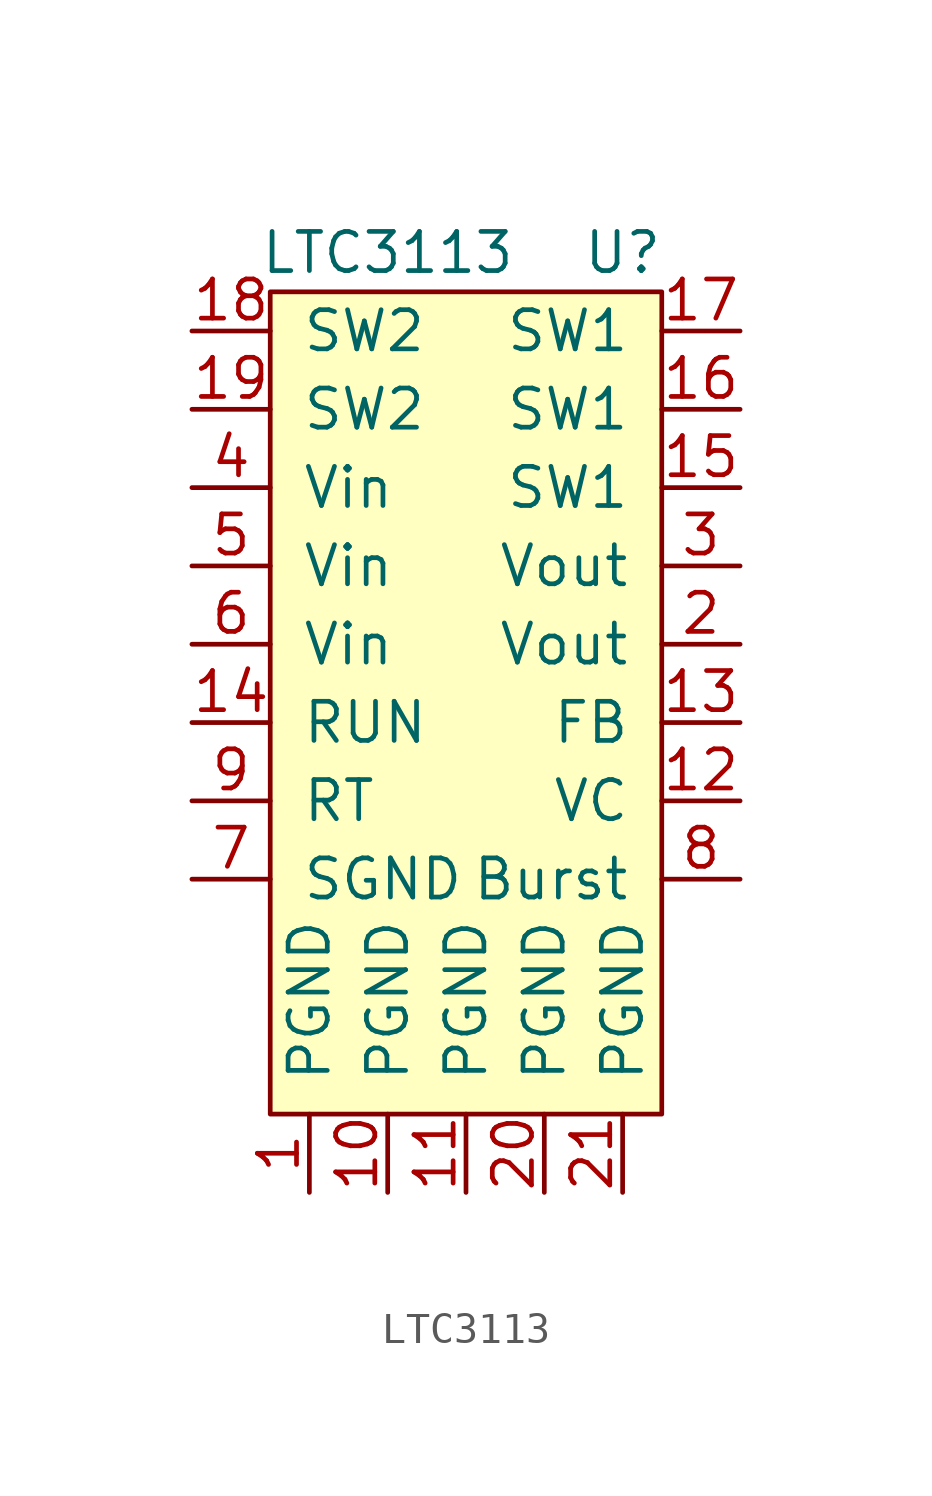
<source format=kicad_sym>
(kicad_symbol_lib
  (version 20211014)
  (generator kicad_symbol_editor)
  (symbol "LTC3113"
    (pin_names
      (offset 1.016))
    (property "Reference" "U"
      (at 5.08 15.24 0)
      (effects (font (size 1.27 1.27))))
    (property "Value" "LTC3113"
      (at -2.54 15.24 0)
      (effects (font (size 1.27 1.27))))
    (symbol "LTC3113_0_1"
      (rectangle (start -6.35 13.97) (end 6.35 -12.7) (stroke (width 0) (type default) (color 0 0 0 0)) (fill (type background))))
    (symbol "LTC3113_1_1"
      (pin power_in line (at -5.08 -15.24 90) (length 2.54) (name "PGND" (effects (font (size 1.27 1.27)))) (number "1" (effects (font (size 1.27 1.27)))))
      (pin power_in line (at -2.54 -15.24 90) (length 2.54) (name "PGND" (effects (font (size 1.27 1.27)))) (number "10" (effects (font (size 1.27 1.27)))))
      (pin power_in line (at 0 -15.24 90) (length 2.54) (name "PGND" (effects (font (size 1.27 1.27)))) (number "11" (effects (font (size 1.27 1.27)))))
      (pin output line (at 8.89 -2.54 180) (length 2.54) (name "VC" (effects (font (size 1.27 1.27)))) (number "12" (effects (font (size 1.27 1.27)))))
      (pin input line (at 8.89 0 180) (length 2.54) (name "FB" (effects (font (size 1.27 1.27)))) (number "13" (effects (font (size 1.27 1.27)))))
      (pin input line (at -8.89 0 0) (length 2.54) (name "RUN" (effects (font (size 1.27 1.27)))) (number "14" (effects (font (size 1.27 1.27)))))
      (pin input line (at 8.89 7.62 180) (length 2.54) (name "SW1" (effects (font (size 1.27 1.27)))) (number "15" (effects (font (size 1.27 1.27)))))
      (pin input line (at 8.89 10.16 180) (length 2.54) (name "SW1" (effects (font (size 1.27 1.27)))) (number "16" (effects (font (size 1.27 1.27)))))
      (pin input line (at 8.89 12.7 180) (length 2.54) (name "SW1" (effects (font (size 1.27 1.27)))) (number "17" (effects (font (size 1.27 1.27)))))
      (pin input line (at -8.89 12.7 0) (length 2.54) (name "SW2" (effects (font (size 1.27 1.27)))) (number "18" (effects (font (size 1.27 1.27)))))
      (pin input line (at -8.89 10.16 0) (length 2.54) (name "SW2" (effects (font (size 1.27 1.27)))) (number "19" (effects (font (size 1.27 1.27)))))
      (pin power_out line (at 8.89 2.54 180) (length 2.54) (name "Vout" (effects (font (size 1.27 1.27)))) (number "2" (effects (font (size 1.27 1.27)))))
      (pin power_in line (at 2.54 -15.24 90) (length 2.54) (name "PGND" (effects (font (size 1.27 1.27)))) (number "20" (effects (font (size 1.27 1.27)))))
      (pin power_in line (at 5.08 -15.24 90) (length 2.54) (name "PGND" (effects (font (size 1.27 1.27)))) (number "21" (effects (font (size 1.27 1.27)))))
      (pin power_out line (at 8.89 5.08 180) (length 2.54) (name "Vout" (effects (font (size 1.27 1.27)))) (number "3" (effects (font (size 1.27 1.27)))))
      (pin power_in line (at -8.89 7.62 0) (length 2.54) (name "Vin" (effects (font (size 1.27 1.27)))) (number "4" (effects (font (size 1.27 1.27)))))
      (pin power_in line (at -8.89 5.08 0) (length 2.54) (name "Vin" (effects (font (size 1.27 1.27)))) (number "5" (effects (font (size 1.27 1.27)))))
      (pin power_in line (at -8.89 2.54 0) (length 2.54) (name "Vin" (effects (font (size 1.27 1.27)))) (number "6" (effects (font (size 1.27 1.27)))))
      (pin power_in line (at -8.89 -5.08 0) (length 2.54) (name "SGND" (effects (font (size 1.27 1.27)))) (number "7" (effects (font (size 1.27 1.27)))))
      (pin input line (at 8.89 -5.08 180) (length 2.54) (name "Burst" (effects (font (size 1.27 1.27)))) (number "8" (effects (font (size 1.27 1.27)))))
      (pin input line (at -8.89 -2.54 0) (length 2.54) (name "RT" (effects (font (size 1.27 1.27)))) (number "9" (effects (font (size 1.27 1.27))))))))
</source>
